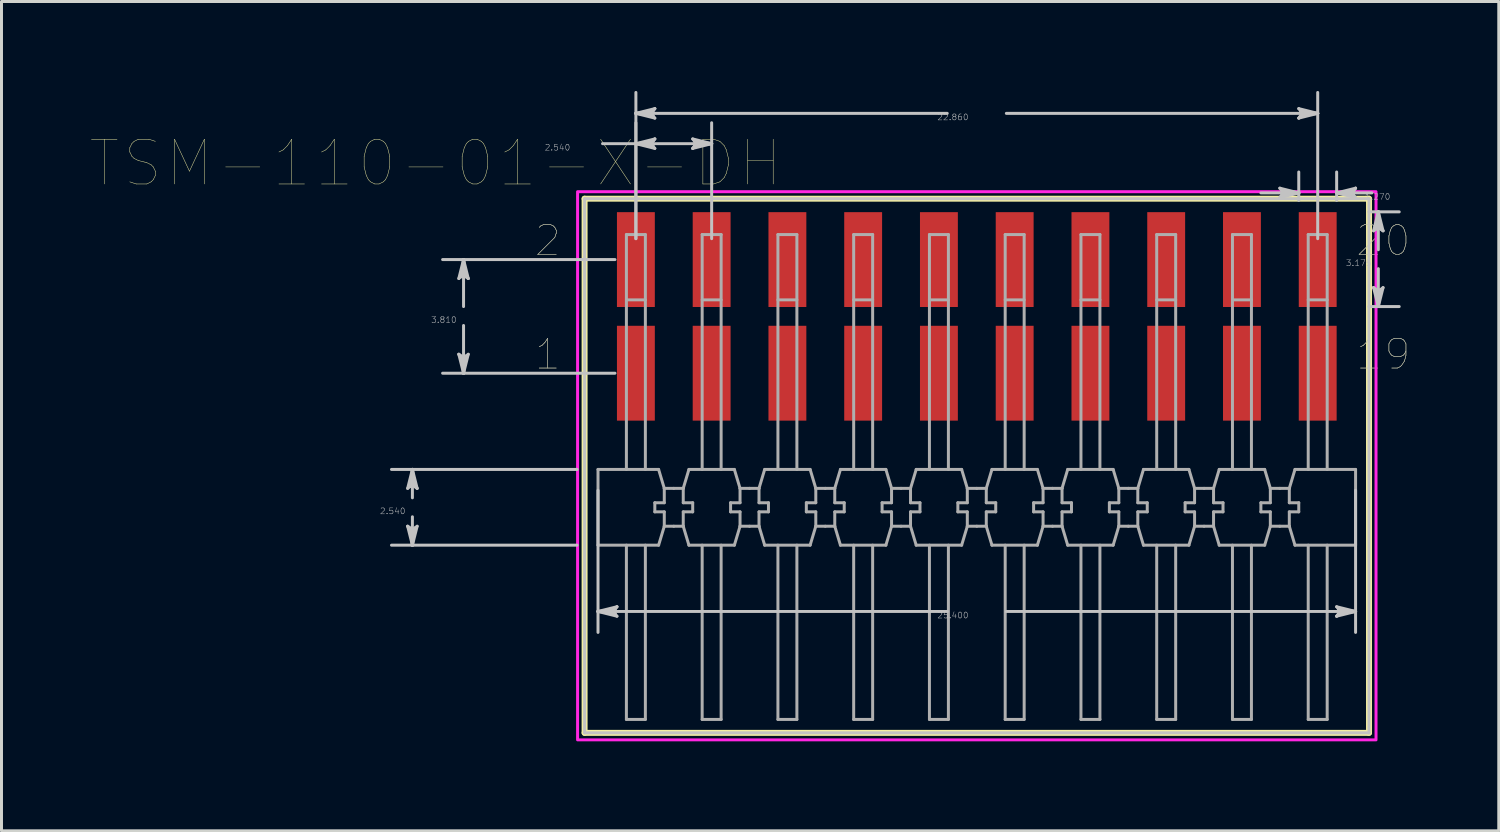
<source format=kicad_pcb>
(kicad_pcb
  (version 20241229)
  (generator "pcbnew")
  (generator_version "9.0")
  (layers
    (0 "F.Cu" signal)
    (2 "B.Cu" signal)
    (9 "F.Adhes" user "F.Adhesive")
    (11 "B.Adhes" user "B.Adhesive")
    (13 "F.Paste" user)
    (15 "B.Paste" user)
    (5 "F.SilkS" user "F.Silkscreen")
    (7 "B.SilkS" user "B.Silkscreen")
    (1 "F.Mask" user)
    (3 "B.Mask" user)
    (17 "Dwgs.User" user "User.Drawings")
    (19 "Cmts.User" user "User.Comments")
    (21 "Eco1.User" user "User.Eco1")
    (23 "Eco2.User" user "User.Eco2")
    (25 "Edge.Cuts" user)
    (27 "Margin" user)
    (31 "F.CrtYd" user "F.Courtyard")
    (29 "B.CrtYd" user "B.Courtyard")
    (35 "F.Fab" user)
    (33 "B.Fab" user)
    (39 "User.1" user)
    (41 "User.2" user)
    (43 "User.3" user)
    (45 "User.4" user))
  (footprint "TSM-110-01-X-DH"
    (layer "F.Cu")
    (at 29.7 13.959)
    (property "Reference" "TSM-110-01-X-DH" (at -18.148 -11.534 0) (layer "F.SilkS") (effects (font (size 1.5 1.5) (thickness 0.015))))
    (attr through_hole)
    (fp_poly (pts (xy -12.116 -9.947) (xy -10.744 -9.947) (xy -10.744 -6.665) (xy -12.116 -6.665)) (stroke (width 0.01) (type solid)) (fill yes) (layer "F.Mask"))
    (fp_poly (pts (xy -12.116 -6.137) (xy -10.744 -6.137) (xy -10.744 -2.855) (xy -12.116 -2.855)) (stroke (width 0.01) (type solid)) (fill yes) (layer "F.Mask"))
    (fp_poly (pts (xy -9.576 -9.947) (xy -8.204 -9.947) (xy -8.204 -6.665) (xy -9.576 -6.665)) (stroke (width 0.01) (type solid)) (fill yes) (layer "F.Mask"))
    (fp_poly (pts (xy -9.576 -6.137) (xy -8.204 -6.137) (xy -8.204 -2.855) (xy -9.576 -2.855)) (stroke (width 0.01) (type solid)) (fill yes) (layer "F.Mask"))
    (fp_poly (pts (xy -7.036 -9.947) (xy -5.664 -9.947) (xy -5.664 -6.665) (xy -7.036 -6.665)) (stroke (width 0.01) (type solid)) (fill yes) (layer "F.Mask"))
    (fp_poly (pts (xy -7.036 -6.137) (xy -5.664 -6.137) (xy -5.664 -2.855) (xy -7.036 -2.855)) (stroke (width 0.01) (type solid)) (fill yes) (layer "F.Mask"))
    (fp_poly (pts (xy -4.496 -9.947) (xy -3.124 -9.947) (xy -3.124 -6.665) (xy -4.496 -6.665)) (stroke (width 0.01) (type solid)) (fill yes) (layer "F.Mask"))
    (fp_poly (pts (xy -4.496 -6.137) (xy -3.124 -6.137) (xy -3.124 -2.855) (xy -4.496 -2.855)) (stroke (width 0.01) (type solid)) (fill yes) (layer "F.Mask"))
    (fp_poly (pts (xy -1.956 -9.947) (xy -0.584 -9.947) (xy -0.584 -6.665) (xy -1.956 -6.665)) (stroke (width 0.01) (type solid)) (fill yes) (layer "F.Mask"))
    (fp_poly (pts (xy -1.956 -6.137) (xy -0.584 -6.137) (xy -0.584 -2.855) (xy -1.956 -2.855)) (stroke (width 0.01) (type solid)) (fill yes) (layer "F.Mask"))
    (fp_poly (pts (xy 0.584 -9.947) (xy 1.956 -9.947) (xy 1.956 -6.665) (xy 0.584 -6.665)) (stroke (width 0.01) (type solid)) (fill yes) (layer "F.Mask"))
    (fp_poly (pts (xy 0.584 -6.137) (xy 1.956 -6.137) (xy 1.956 -2.855) (xy 0.584 -2.855)) (stroke (width 0.01) (type solid)) (fill yes) (layer "F.Mask"))
    (fp_poly (pts (xy 3.124 -9.947) (xy 4.496 -9.947) (xy 4.496 -6.665) (xy 3.124 -6.665)) (stroke (width 0.01) (type solid)) (fill yes) (layer "F.Mask"))
    (fp_poly (pts (xy 3.124 -6.137) (xy 4.496 -6.137) (xy 4.496 -2.855) (xy 3.124 -2.855)) (stroke (width 0.01) (type solid)) (fill yes) (layer "F.Mask"))
    (fp_poly (pts (xy 5.664 -9.947) (xy 7.036 -9.947) (xy 7.036 -6.665) (xy 5.664 -6.665)) (stroke (width 0.01) (type solid)) (fill yes) (layer "F.Mask"))
    (fp_poly (pts (xy 5.664 -6.137) (xy 7.036 -6.137) (xy 7.036 -2.855) (xy 5.664 -2.855)) (stroke (width 0.01) (type solid)) (fill yes) (layer "F.Mask"))
    (fp_poly (pts (xy 8.204 -9.947) (xy 9.576 -9.947) (xy 9.576 -6.665) (xy 8.204 -6.665)) (stroke (width 0.01) (type solid)) (fill yes) (layer "F.Mask"))
    (fp_poly (pts (xy 8.204 -6.137) (xy 9.576 -6.137) (xy 9.576 -2.855) (xy 8.204 -2.855)) (stroke (width 0.01) (type solid)) (fill yes) (layer "F.Mask"))
    (fp_poly (pts (xy 10.744 -9.947) (xy 12.116 -9.947) (xy 12.116 -6.665) (xy 10.744 -6.665)) (stroke (width 0.01) (type solid)) (fill yes) (layer "F.Mask"))
    (fp_poly (pts (xy 10.744 -6.137) (xy 12.116 -6.137) (xy 12.116 -2.855) (xy 10.744 -2.855)) (stroke (width 0.01) (type solid)) (fill yes) (layer "F.Mask"))
    (fp_line (start -13.15 -10.347) (end -13.15 7.562) (stroke (width 0.2) (type solid)) (layer "F.SilkS"))
    (fp_line (start -13.15 7.562) (end 13.15 7.562) (stroke (width 0.2) (type solid)) (layer "F.SilkS"))
    (fp_line (start 13.15 -10.347) (end -13.15 -10.347) (stroke (width 0.2) (type solid)) (layer "F.SilkS"))
    (fp_line (start 13.15 7.562) (end 13.15 -10.347) (stroke (width 0.2) (type solid)) (layer "F.SilkS"))
    (fp_poly (pts (xy -12.065 -9.896) (xy -10.795 -9.896) (xy -10.795 -6.716) (xy -12.065 -6.716)) (stroke (width 0.01) (type solid)) (fill yes) (layer "F.Paste"))
    (fp_poly (pts (xy -12.065 -6.086) (xy -10.795 -6.086) (xy -10.795 -2.906) (xy -12.065 -2.906)) (stroke (width 0.01) (type solid)) (fill yes) (layer "F.Paste"))
    (fp_poly (pts (xy -9.525 -9.896) (xy -8.255 -9.896) (xy -8.255 -6.716) (xy -9.525 -6.716)) (stroke (width 0.01) (type solid)) (fill yes) (layer "F.Paste"))
    (fp_poly (pts (xy -9.525 -6.086) (xy -8.255 -6.086) (xy -8.255 -2.906) (xy -9.525 -2.906)) (stroke (width 0.01) (type solid)) (fill yes) (layer "F.Paste"))
    (fp_poly (pts (xy -6.985 -9.896) (xy -5.715 -9.896) (xy -5.715 -6.716) (xy -6.985 -6.716)) (stroke (width 0.01) (type solid)) (fill yes) (layer "F.Paste"))
    (fp_poly (pts (xy -6.985 -6.086) (xy -5.715 -6.086) (xy -5.715 -2.906) (xy -6.985 -2.906)) (stroke (width 0.01) (type solid)) (fill yes) (layer "F.Paste"))
    (fp_poly (pts (xy -4.445 -9.896) (xy -3.175 -9.896) (xy -3.175 -6.716) (xy -4.445 -6.716)) (stroke (width 0.01) (type solid)) (fill yes) (layer "F.Paste"))
    (fp_poly (pts (xy -4.445 -6.086) (xy -3.175 -6.086) (xy -3.175 -2.906) (xy -4.445 -2.906)) (stroke (width 0.01) (type solid)) (fill yes) (layer "F.Paste"))
    (fp_poly (pts (xy -1.905 -9.896) (xy -0.635 -9.896) (xy -0.635 -6.716) (xy -1.905 -6.716)) (stroke (width 0.01) (type solid)) (fill yes) (layer "F.Paste"))
    (fp_poly (pts (xy -1.905 -6.086) (xy -0.635 -6.086) (xy -0.635 -2.906) (xy -1.905 -2.906)) (stroke (width 0.01) (type solid)) (fill yes) (layer "F.Paste"))
    (fp_poly (pts (xy 0.635 -9.896) (xy 1.905 -9.896) (xy 1.905 -6.716) (xy 0.635 -6.716)) (stroke (width 0.01) (type solid)) (fill yes) (layer "F.Paste"))
    (fp_poly (pts (xy 0.635 -6.086) (xy 1.905 -6.086) (xy 1.905 -2.906) (xy 0.635 -2.906)) (stroke (width 0.01) (type solid)) (fill yes) (layer "F.Paste"))
    (fp_poly (pts (xy 3.175 -9.896) (xy 4.445 -9.896) (xy 4.445 -6.716) (xy 3.175 -6.716)) (stroke (width 0.01) (type solid)) (fill yes) (layer "F.Paste"))
    (fp_poly (pts (xy 3.175 -6.086) (xy 4.445 -6.086) (xy 4.445 -2.906) (xy 3.175 -2.906)) (stroke (width 0.01) (type solid)) (fill yes) (layer "F.Paste"))
    (fp_poly (pts (xy 5.715 -9.896) (xy 6.985 -9.896) (xy 6.985 -6.716) (xy 5.715 -6.716)) (stroke (width 0.01) (type solid)) (fill yes) (layer "F.Paste"))
    (fp_poly (pts (xy 5.715 -6.086) (xy 6.985 -6.086) (xy 6.985 -2.906) (xy 5.715 -2.906)) (stroke (width 0.01) (type solid)) (fill yes) (layer "F.Paste"))
    (fp_poly (pts (xy 8.255 -9.896) (xy 9.525 -9.896) (xy 9.525 -6.716) (xy 8.255 -6.716)) (stroke (width 0.01) (type solid)) (fill yes) (layer "F.Paste"))
    (fp_poly (pts (xy 8.255 -6.086) (xy 9.525 -6.086) (xy 9.525 -2.906) (xy 8.255 -2.906)) (stroke (width 0.01) (type solid)) (fill yes) (layer "F.Paste"))
    (fp_poly (pts (xy 10.795 -9.896) (xy 12.065 -9.896) (xy 12.065 -6.716) (xy 10.795 -6.716)) (stroke (width 0.01) (type solid)) (fill yes) (layer "F.Paste"))
    (fp_poly (pts (xy 10.795 -6.086) (xy 12.065 -6.086) (xy 12.065 -2.906) (xy 10.795 -2.906)) (stroke (width 0.01) (type solid)) (fill yes) (layer "F.Paste"))
    (fp_line (start -19.082 -0.635) (end -18.923 -0.762) (stroke (width 0.1) (type solid)) (layer "Dwgs.User"))
    (fp_line (start -19.082 0.635) (end -18.923 1.27) (stroke (width 0.1) (type solid)) (layer "Dwgs.User"))
    (fp_line (start -19.002 -0.698) (end -18.923 -0.762) (stroke (width 0.1) (type solid)) (layer "Dwgs.User"))
    (fp_line (start -19.002 0.698) (end -19.082 0.635) (stroke (width 0.1) (type solid)) (layer "Dwgs.User"))
    (fp_line (start -18.923 -1.27) (end -19.082 -0.635) (stroke (width 0.1) (type solid)) (layer "Dwgs.User"))
    (fp_line (start -18.923 -1.27) (end -19.002 -0.698) (stroke (width 0.1) (type solid)) (layer "Dwgs.User"))
    (fp_line (start -18.923 -1.27) (end -18.844 -0.698) (stroke (width 0.1) (type solid)) (layer "Dwgs.User"))
    (fp_line (start -18.923 -0.762) (end -18.923 -1.27) (stroke (width 0.1) (type solid)) (layer "Dwgs.User"))
    (fp_line (start -18.923 -0.762) (end -18.764 -0.635) (stroke (width 0.1) (type solid)) (layer "Dwgs.User"))
    (fp_line (start -18.923 -0.318) (end -18.923 -1.27) (stroke (width 0.1) (type solid)) (layer "Dwgs.User"))
    (fp_line (start -18.923 0.318) (end -18.923 1.27) (stroke (width 0.1) (type solid)) (layer "Dwgs.User"))
    (fp_line (start -18.923 0.762) (end -19.082 0.635) (stroke (width 0.1) (type solid)) (layer "Dwgs.User"))
    (fp_line (start -18.923 0.762) (end -18.923 1.27) (stroke (width 0.1) (type solid)) (layer "Dwgs.User"))
    (fp_line (start -18.923 1.27) (end -19.002 0.698) (stroke (width 0.1) (type solid)) (layer "Dwgs.User"))
    (fp_line (start -18.923 1.27) (end -18.844 0.698) (stroke (width 0.1) (type solid)) (layer "Dwgs.User"))
    (fp_line (start -18.923 1.27) (end -18.764 0.635) (stroke (width 0.1) (type solid)) (layer "Dwgs.User"))
    (fp_line (start -18.844 -0.698) (end -18.764 -0.635) (stroke (width 0.1) (type solid)) (layer "Dwgs.User"))
    (fp_line (start -18.844 0.698) (end -18.923 0.762) (stroke (width 0.1) (type solid)) (layer "Dwgs.User"))
    (fp_line (start -18.764 -0.635) (end -18.923 -1.27) (stroke (width 0.1) (type solid)) (layer "Dwgs.User"))
    (fp_line (start -18.764 0.635) (end -18.923 0.762) (stroke (width 0.1) (type solid)) (layer "Dwgs.User"))
    (fp_line (start -17.367 -7.671) (end -17.208 -7.798) (stroke (width 0.1) (type solid)) (layer "Dwgs.User"))
    (fp_line (start -17.367 -5.131) (end -17.208 -4.496) (stroke (width 0.1) (type solid)) (layer "Dwgs.User"))
    (fp_line (start -17.288 -7.734) (end -17.208 -7.798) (stroke (width 0.1) (type solid)) (layer "Dwgs.User"))
    (fp_line (start -17.288 -5.067) (end -17.367 -5.131) (stroke (width 0.1) (type solid)) (layer "Dwgs.User"))
    (fp_line (start -17.208 -8.306) (end -17.367 -7.671) (stroke (width 0.1) (type solid)) (layer "Dwgs.User"))
    (fp_line (start -17.208 -8.306) (end -17.288 -7.734) (stroke (width 0.1) (type solid)) (layer "Dwgs.User"))
    (fp_line (start -17.208 -8.306) (end -17.129 -7.734) (stroke (width 0.1) (type solid)) (layer "Dwgs.User"))
    (fp_line (start -17.208 -7.798) (end -17.208 -8.306) (stroke (width 0.1) (type solid)) (layer "Dwgs.User"))
    (fp_line (start -17.208 -7.798) (end -17.05 -7.671) (stroke (width 0.1) (type solid)) (layer "Dwgs.User"))
    (fp_line (start -17.208 -6.731) (end -17.208 -8.306) (stroke (width 0.1) (type solid)) (layer "Dwgs.User"))
    (fp_line (start -17.208 -6.096) (end -17.208 -4.496) (stroke (width 0.1) (type solid)) (layer "Dwgs.User"))
    (fp_line (start -17.208 -5.004) (end -17.367 -5.131) (stroke (width 0.1) (type solid)) (layer "Dwgs.User"))
    (fp_line (start -17.208 -5.004) (end -17.208 -4.496) (stroke (width 0.1) (type solid)) (layer "Dwgs.User"))
    (fp_line (start -17.208 -4.496) (end -17.288 -5.067) (stroke (width 0.1) (type solid)) (layer "Dwgs.User"))
    (fp_line (start -17.208 -4.496) (end -17.129 -5.067) (stroke (width 0.1) (type solid)) (layer "Dwgs.User"))
    (fp_line (start -17.208 -4.496) (end -17.05 -5.131) (stroke (width 0.1) (type solid)) (layer "Dwgs.User"))
    (fp_line (start -17.129 -7.734) (end -17.05 -7.671) (stroke (width 0.1) (type solid)) (layer "Dwgs.User"))
    (fp_line (start -17.129 -5.067) (end -17.208 -5.004) (stroke (width 0.1) (type solid)) (layer "Dwgs.User"))
    (fp_line (start -17.05 -7.671) (end -17.208 -8.306) (stroke (width 0.1) (type solid)) (layer "Dwgs.User"))
    (fp_line (start -17.05 -5.131) (end -17.208 -5.004) (stroke (width 0.1) (type solid)) (layer "Dwgs.User"))
    (fp_line (start -13.401 -1.27) (end -19.624 -1.27) (stroke (width 0.1) (type solid)) (layer "Dwgs.User"))
    (fp_line (start -13.401 1.27) (end -19.624 1.27) (stroke (width 0.1) (type solid)) (layer "Dwgs.User"))
    (fp_line (start -13.15 -10.347) (end -13.15 7.562) (stroke (width 0.1) (type solid)) (layer "Dwgs.User"))
    (fp_line (start -13.15 7.562) (end 13.15 7.562) (stroke (width 0.1) (type solid)) (layer "Dwgs.User"))
    (fp_line (start -12.7 -0.569) (end -12.7 4.194) (stroke (width 0.1) (type solid)) (layer "Dwgs.User"))
    (fp_line (start -12.7 3.492) (end -12.128 3.413) (stroke (width 0.1) (type solid)) (layer "Dwgs.User"))
    (fp_line (start -12.7 3.492) (end -12.128 3.572) (stroke (width 0.1) (type solid)) (layer "Dwgs.User"))
    (fp_line (start -12.7 3.492) (end -12.065 3.651) (stroke (width 0.1) (type solid)) (layer "Dwgs.User"))
    (fp_line (start -12.548 -12.192) (end -11.43 -12.192) (stroke (width 0.1) (type solid)) (layer "Dwgs.User"))
    (fp_line (start -12.192 3.492) (end -12.7 3.492) (stroke (width 0.1) (type solid)) (layer "Dwgs.User"))
    (fp_line (start -12.192 3.492) (end -12.065 3.334) (stroke (width 0.1) (type solid)) (layer "Dwgs.User"))
    (fp_line (start -12.131 -8.306) (end -17.91 -8.306) (stroke (width 0.1) (type solid)) (layer "Dwgs.User"))
    (fp_line (start -12.131 -4.496) (end -17.91 -4.496) (stroke (width 0.1) (type solid)) (layer "Dwgs.User"))
    (fp_line (start -12.128 3.413) (end -12.065 3.334) (stroke (width 0.1) (type solid)) (layer "Dwgs.User"))
    (fp_line (start -12.128 3.572) (end -12.192 3.492) (stroke (width 0.1) (type solid)) (layer "Dwgs.User"))
    (fp_line (start -12.065 3.334) (end -12.7 3.492) (stroke (width 0.1) (type solid)) (layer "Dwgs.User"))
    (fp_line (start -12.065 3.651) (end -12.192 3.492) (stroke (width 0.1) (type solid)) (layer "Dwgs.User"))
    (fp_line (start -11.43 -13.208) (end -10.858 -13.287) (stroke (width 0.1) (type solid)) (layer "Dwgs.User"))
    (fp_line (start -11.43 -13.208) (end -10.858 -13.129) (stroke (width 0.1) (type solid)) (layer "Dwgs.User"))
    (fp_line (start -11.43 -13.208) (end -10.795 -13.049) (stroke (width 0.1) (type solid)) (layer "Dwgs.User"))
    (fp_line (start -11.43 -12.192) (end -10.858 -12.271) (stroke (width 0.1) (type solid)) (layer "Dwgs.User"))
    (fp_line (start -11.43 -12.192) (end -10.858 -12.113) (stroke (width 0.1) (type solid)) (layer "Dwgs.User"))
    (fp_line (start -11.43 -12.192) (end -10.795 -12.033) (stroke (width 0.1) (type solid)) (layer "Dwgs.User"))
    (fp_line (start -11.43 -12.192) (end -8.89 -12.192) (stroke (width 0.1) (type solid)) (layer "Dwgs.User"))
    (fp_line (start -11.43 -9.007) (end -11.43 -13.909) (stroke (width 0.1) (type solid)) (layer "Dwgs.User"))
    (fp_line (start -11.43 -9.007) (end -11.43 -12.893) (stroke (width 0.1) (type solid)) (layer "Dwgs.User"))
    (fp_line (start -10.922 -13.208) (end -11.43 -13.208) (stroke (width 0.1) (type solid)) (layer "Dwgs.User"))
    (fp_line (start -10.922 -13.208) (end -10.795 -13.367) (stroke (width 0.1) (type solid)) (layer "Dwgs.User"))
    (fp_line (start -10.922 -12.192) (end -11.43 -12.192) (stroke (width 0.1) (type solid)) (layer "Dwgs.User"))
    (fp_line (start -10.922 -12.192) (end -10.795 -12.351) (stroke (width 0.1) (type solid)) (layer "Dwgs.User"))
    (fp_line (start -10.858 -13.287) (end -10.795 -13.367) (stroke (width 0.1) (type solid)) (layer "Dwgs.User"))
    (fp_line (start -10.858 -13.129) (end -10.922 -13.208) (stroke (width 0.1) (type solid)) (layer "Dwgs.User"))
    (fp_line (start -10.858 -12.271) (end -10.795 -12.351) (stroke (width 0.1) (type solid)) (layer "Dwgs.User"))
    (fp_line (start -10.858 -12.113) (end -10.922 -12.192) (stroke (width 0.1) (type solid)) (layer "Dwgs.User"))
    (fp_line (start -10.795 -13.367) (end -11.43 -13.208) (stroke (width 0.1) (type solid)) (layer "Dwgs.User"))
    (fp_line (start -10.795 -13.049) (end -10.922 -13.208) (stroke (width 0.1) (type solid)) (layer "Dwgs.User"))
    (fp_line (start -10.795 -12.351) (end -11.43 -12.192) (stroke (width 0.1) (type solid)) (layer "Dwgs.User"))
    (fp_line (start -10.795 -12.033) (end -10.922 -12.192) (stroke (width 0.1) (type solid)) (layer "Dwgs.User"))
    (fp_line (start -9.525 -12.351) (end -9.398 -12.192) (stroke (width 0.1) (type solid)) (layer "Dwgs.User"))
    (fp_line (start -9.525 -12.033) (end -8.89 -12.192) (stroke (width 0.1) (type solid)) (layer "Dwgs.User"))
    (fp_line (start -9.462 -12.271) (end -9.398 -12.192) (stroke (width 0.1) (type solid)) (layer "Dwgs.User"))
    (fp_line (start -9.462 -12.113) (end -9.525 -12.033) (stroke (width 0.1) (type solid)) (layer "Dwgs.User"))
    (fp_line (start -9.398 -12.192) (end -9.525 -12.033) (stroke (width 0.1) (type solid)) (layer "Dwgs.User"))
    (fp_line (start -9.398 -12.192) (end -8.89 -12.192) (stroke (width 0.1) (type solid)) (layer "Dwgs.User"))
    (fp_line (start -8.89 -12.192) (end -9.525 -12.351) (stroke (width 0.1) (type solid)) (layer "Dwgs.User"))
    (fp_line (start -8.89 -12.192) (end -9.462 -12.271) (stroke (width 0.1) (type solid)) (layer "Dwgs.User"))
    (fp_line (start -8.89 -12.192) (end -9.462 -12.113) (stroke (width 0.1) (type solid)) (layer "Dwgs.User"))
    (fp_line (start -8.89 -9.007) (end -8.89 -12.893) (stroke (width 0.1) (type solid)) (layer "Dwgs.User"))
    (fp_line (start -0.991 -13.208) (end -11.43 -13.208) (stroke (width 0.1) (type solid)) (layer "Dwgs.User"))
    (fp_line (start -0.991 3.492) (end -12.7 3.492) (stroke (width 0.1) (type solid)) (layer "Dwgs.User"))
    (fp_line (start 0.991 -13.208) (end 11.43 -13.208) (stroke (width 0.1) (type solid)) (layer "Dwgs.User"))
    (fp_line (start 0.991 3.492) (end 12.7 3.492) (stroke (width 0.1) (type solid)) (layer "Dwgs.User"))
    (fp_line (start 9.525 -10.541) (end 10.795 -10.541) (stroke (width 0.1) (type solid)) (layer "Dwgs.User"))
    (fp_line (start 10.16 -10.7) (end 10.287 -10.541) (stroke (width 0.1) (type solid)) (layer "Dwgs.User"))
    (fp_line (start 10.16 -10.382) (end 10.795 -10.541) (stroke (width 0.1) (type solid)) (layer "Dwgs.User"))
    (fp_line (start 10.224 -10.62) (end 10.287 -10.541) (stroke (width 0.1) (type solid)) (layer "Dwgs.User"))
    (fp_line (start 10.224 -10.462) (end 10.16 -10.382) (stroke (width 0.1) (type solid)) (layer "Dwgs.User"))
    (fp_line (start 10.287 -10.541) (end 10.16 -10.382) (stroke (width 0.1) (type solid)) (layer "Dwgs.User"))
    (fp_line (start 10.287 -10.541) (end 10.795 -10.541) (stroke (width 0.1) (type solid)) (layer "Dwgs.User"))
    (fp_line (start 10.795 -13.367) (end 10.922 -13.208) (stroke (width 0.1) (type solid)) (layer "Dwgs.User"))
    (fp_line (start 10.795 -13.049) (end 11.43 -13.208) (stroke (width 0.1) (type solid)) (layer "Dwgs.User"))
    (fp_line (start 10.795 -10.541) (end 10.16 -10.7) (stroke (width 0.1) (type solid)) (layer "Dwgs.User"))
    (fp_line (start 10.795 -10.541) (end 10.224 -10.62) (stroke (width 0.1) (type solid)) (layer "Dwgs.User"))
    (fp_line (start 10.795 -10.541) (end 10.224 -10.462) (stroke (width 0.1) (type solid)) (layer "Dwgs.User"))
    (fp_line (start 10.795 -10.29) (end 10.795 -11.242) (stroke (width 0.1) (type solid)) (layer "Dwgs.User"))
    (fp_line (start 10.858 -13.287) (end 10.922 -13.208) (stroke (width 0.1) (type solid)) (layer "Dwgs.User"))
    (fp_line (start 10.858 -13.129) (end 10.795 -13.049) (stroke (width 0.1) (type solid)) (layer "Dwgs.User"))
    (fp_line (start 10.922 -13.208) (end 10.795 -13.049) (stroke (width 0.1) (type solid)) (layer "Dwgs.User"))
    (fp_line (start 10.922 -13.208) (end 11.43 -13.208) (stroke (width 0.1) (type solid)) (layer "Dwgs.User"))
    (fp_line (start 11.43 -13.208) (end 10.795 -13.367) (stroke (width 0.1) (type solid)) (layer "Dwgs.User"))
    (fp_line (start 11.43 -13.208) (end 10.858 -13.287) (stroke (width 0.1) (type solid)) (layer "Dwgs.User"))
    (fp_line (start 11.43 -13.208) (end 10.858 -13.129) (stroke (width 0.1) (type solid)) (layer "Dwgs.User"))
    (fp_line (start 11.43 -9.007) (end 11.43 -13.909) (stroke (width 0.1) (type solid)) (layer "Dwgs.User"))
    (fp_line (start 12.065 -10.541) (end 12.636 -10.62) (stroke (width 0.1) (type solid)) (layer "Dwgs.User"))
    (fp_line (start 12.065 -10.541) (end 12.636 -10.462) (stroke (width 0.1) (type solid)) (layer "Dwgs.User"))
    (fp_line (start 12.065 -10.541) (end 12.7 -10.382) (stroke (width 0.1) (type solid)) (layer "Dwgs.User"))
    (fp_line (start 12.065 -10.29) (end 12.065 -11.242) (stroke (width 0.1) (type solid)) (layer "Dwgs.User"))
    (fp_line (start 12.065 3.334) (end 12.192 3.492) (stroke (width 0.1) (type solid)) (layer "Dwgs.User"))
    (fp_line (start 12.065 3.651) (end 12.7 3.492) (stroke (width 0.1) (type solid)) (layer "Dwgs.User"))
    (fp_line (start 12.128 3.413) (end 12.192 3.492) (stroke (width 0.1) (type solid)) (layer "Dwgs.User"))
    (fp_line (start 12.128 3.572) (end 12.065 3.651) (stroke (width 0.1) (type solid)) (layer "Dwgs.User"))
    (fp_line (start 12.192 3.492) (end 12.065 3.651) (stroke (width 0.1) (type solid)) (layer "Dwgs.User"))
    (fp_line (start 12.192 3.492) (end 12.7 3.492) (stroke (width 0.1) (type solid)) (layer "Dwgs.User"))
    (fp_line (start 12.573 -10.541) (end 12.065 -10.541) (stroke (width 0.1) (type solid)) (layer "Dwgs.User"))
    (fp_line (start 12.573 -10.541) (end 12.7 -10.7) (stroke (width 0.1) (type solid)) (layer "Dwgs.User"))
    (fp_line (start 12.636 -10.62) (end 12.7 -10.7) (stroke (width 0.1) (type solid)) (layer "Dwgs.User"))
    (fp_line (start 12.636 -10.462) (end 12.573 -10.541) (stroke (width 0.1) (type solid)) (layer "Dwgs.User"))
    (fp_line (start 12.7 -10.7) (end 12.065 -10.541) (stroke (width 0.1) (type solid)) (layer "Dwgs.User"))
    (fp_line (start 12.7 -10.382) (end 12.573 -10.541) (stroke (width 0.1) (type solid)) (layer "Dwgs.User"))
    (fp_line (start 12.7 -0.569) (end 12.7 4.194) (stroke (width 0.1) (type solid)) (layer "Dwgs.User"))
    (fp_line (start 12.7 3.492) (end 12.065 3.334) (stroke (width 0.1) (type solid)) (layer "Dwgs.User"))
    (fp_line (start 12.7 3.492) (end 12.128 3.413) (stroke (width 0.1) (type solid)) (layer "Dwgs.User"))
    (fp_line (start 12.7 3.492) (end 12.128 3.572) (stroke (width 0.1) (type solid)) (layer "Dwgs.User"))
    (fp_line (start 13.147 -9.906) (end 14.163 -9.906) (stroke (width 0.1) (type solid)) (layer "Dwgs.User"))
    (fp_line (start 13.147 -6.731) (end 14.163 -6.731) (stroke (width 0.1) (type solid)) (layer "Dwgs.User"))
    (fp_line (start 13.15 -10.347) (end -13.15 -10.347) (stroke (width 0.1) (type solid)) (layer "Dwgs.User"))
    (fp_line (start 13.15 7.562) (end 13.15 -10.347) (stroke (width 0.1) (type solid)) (layer "Dwgs.User"))
    (fp_line (start 13.246 -10.541) (end 12.065 -10.541) (stroke (width 0.1) (type solid)) (layer "Dwgs.User"))
    (fp_line (start 13.303 -9.271) (end 13.462 -9.398) (stroke (width 0.1) (type solid)) (layer "Dwgs.User"))
    (fp_line (start 13.303 -7.366) (end 13.462 -6.731) (stroke (width 0.1) (type solid)) (layer "Dwgs.User"))
    (fp_line (start 13.383 -9.334) (end 13.462 -9.398) (stroke (width 0.1) (type solid)) (layer "Dwgs.User"))
    (fp_line (start 13.383 -7.302) (end 13.303 -7.366) (stroke (width 0.1) (type solid)) (layer "Dwgs.User"))
    (fp_line (start 13.462 -9.906) (end 13.303 -9.271) (stroke (width 0.1) (type solid)) (layer "Dwgs.User"))
    (fp_line (start 13.462 -9.906) (end 13.383 -9.334) (stroke (width 0.1) (type solid)) (layer "Dwgs.User"))
    (fp_line (start 13.462 -9.906) (end 13.541 -9.334) (stroke (width 0.1) (type solid)) (layer "Dwgs.User"))
    (fp_line (start 13.462 -9.398) (end 13.462 -9.906) (stroke (width 0.1) (type solid)) (layer "Dwgs.User"))
    (fp_line (start 13.462 -9.398) (end 13.621 -9.271) (stroke (width 0.1) (type solid)) (layer "Dwgs.User"))
    (fp_line (start 13.462 -8.636) (end 13.462 -9.906) (stroke (width 0.1) (type solid)) (layer "Dwgs.User"))
    (fp_line (start 13.462 -8.001) (end 13.462 -6.731) (stroke (width 0.1) (type solid)) (layer "Dwgs.User"))
    (fp_line (start 13.462 -7.239) (end 13.303 -7.366) (stroke (width 0.1) (type solid)) (layer "Dwgs.User"))
    (fp_line (start 13.462 -7.239) (end 13.462 -6.731) (stroke (width 0.1) (type solid)) (layer "Dwgs.User"))
    (fp_line (start 13.462 -6.731) (end 13.383 -7.302) (stroke (width 0.1) (type solid)) (layer "Dwgs.User"))
    (fp_line (start 13.462 -6.731) (end 13.541 -7.302) (stroke (width 0.1) (type solid)) (layer "Dwgs.User"))
    (fp_line (start 13.462 -6.731) (end 13.621 -7.366) (stroke (width 0.1) (type solid)) (layer "Dwgs.User"))
    (fp_line (start 13.541 -9.334) (end 13.621 -9.271) (stroke (width 0.1) (type solid)) (layer "Dwgs.User"))
    (fp_line (start 13.541 -7.302) (end 13.462 -7.239) (stroke (width 0.1) (type solid)) (layer "Dwgs.User"))
    (fp_line (start 13.621 -9.271) (end 13.462 -9.906) (stroke (width 0.1) (type solid)) (layer "Dwgs.User"))
    (fp_line (start 13.621 -7.366) (end 13.462 -7.239) (stroke (width 0.1) (type solid)) (layer "Dwgs.User"))
    (fp_poly (pts (xy -13.385 7.797) (xy -13.385 -10.582) (xy 13.385 -10.582) (xy 13.385 7.797) (xy -13.385 7.797)) (stroke (width 0.1) (type solid)) (fill no) (layer "F.CrtYd"))
    (fp_line (start -12.7 1.27) (end -12.7 -1.27) (stroke (width 0.1) (type solid)) (layer "F.Fab"))
    (fp_line (start -11.748 -9.144) (end -11.748 -1.27) (stroke (width 0.1) (type solid)) (layer "F.Fab"))
    (fp_line (start -11.748 1.27) (end -11.748 7.112) (stroke (width 0.1) (type solid)) (layer "F.Fab"))
    (fp_line (start -11.112 -9.144) (end -11.748 -9.144) (stroke (width 0.1) (type solid)) (layer "F.Fab"))
    (fp_line (start -11.112 -9.144) (end -11.112 -1.27) (stroke (width 0.1) (type solid)) (layer "F.Fab"))
    (fp_line (start -11.112 -6.955) (end -11.748 -6.955) (stroke (width 0.1) (type solid)) (layer "F.Fab"))
    (fp_line (start -11.112 1.27) (end -11.112 7.112) (stroke (width 0.1) (type solid)) (layer "F.Fab"))
    (fp_line (start -11.112 7.112) (end -11.748 7.112) (stroke (width 0.1) (type solid)) (layer "F.Fab"))
    (fp_line (start -10.795 -0.153) (end -10.795 0.152) (stroke (width 0.1) (type solid)) (layer "F.Fab"))
    (fp_line (start -10.795 -0.153) (end -10.478 -0.153) (stroke (width 0.1) (type solid)) (layer "F.Fab"))
    (fp_line (start -10.668 -1.27) (end -12.7 -1.27) (stroke (width 0.1) (type solid)) (layer "F.Fab"))
    (fp_line (start -10.668 -1.27) (end -10.478 -0.635) (stroke (width 0.1) (type solid)) (layer "F.Fab"))
    (fp_line (start -10.668 1.27) (end -12.7 1.27) (stroke (width 0.1) (type solid)) (layer "F.Fab"))
    (fp_line (start -10.478 -0.635) (end -10.478 -0.153) (stroke (width 0.1) (type solid)) (layer "F.Fab"))
    (fp_line (start -10.478 0.152) (end -10.795 0.152) (stroke (width 0.1) (type solid)) (layer "F.Fab"))
    (fp_line (start -10.478 0.152) (end -10.478 0.635) (stroke (width 0.1) (type solid)) (layer "F.Fab"))
    (fp_line (start -10.478 0.635) (end -10.668 1.27) (stroke (width 0.1) (type solid)) (layer "F.Fab"))
    (fp_line (start -10.16 -0.635) (end -10.478 -0.635) (stroke (width 0.1) (type solid)) (layer "F.Fab"))
    (fp_line (start -10.16 -0.635) (end -9.842 -0.635) (stroke (width 0.1) (type solid)) (layer "F.Fab"))
    (fp_line (start -10.16 0.635) (end -10.478 0.635) (stroke (width 0.1) (type solid)) (layer "F.Fab"))
    (fp_line (start -10.16 0.635) (end -9.842 0.635) (stroke (width 0.1) (type solid)) (layer "F.Fab"))
    (fp_line (start -9.842 -0.635) (end -9.652 -1.27) (stroke (width 0.1) (type solid)) (layer "F.Fab"))
    (fp_line (start -9.842 -0.153) (end -9.842 -0.635) (stroke (width 0.1) (type solid)) (layer "F.Fab"))
    (fp_line (start -9.842 -0.153) (end -9.525 -0.153) (stroke (width 0.1) (type solid)) (layer "F.Fab"))
    (fp_line (start -9.842 0.635) (end -9.842 0.152) (stroke (width 0.1) (type solid)) (layer "F.Fab"))
    (fp_line (start -9.652 1.27) (end -9.842 0.635) (stroke (width 0.1) (type solid)) (layer "F.Fab"))
    (fp_line (start -9.525 0.152) (end -9.842 0.152) (stroke (width 0.1) (type solid)) (layer "F.Fab"))
    (fp_line (start -9.525 0.152) (end -9.525 -0.153) (stroke (width 0.1) (type solid)) (layer "F.Fab"))
    (fp_line (start -9.208 -9.144) (end -9.208 -1.27) (stroke (width 0.1) (type solid)) (layer "F.Fab"))
    (fp_line (start -9.208 1.27) (end -9.208 7.112) (stroke (width 0.1) (type solid)) (layer "F.Fab"))
    (fp_line (start -8.572 -9.144) (end -9.208 -9.144) (stroke (width 0.1) (type solid)) (layer "F.Fab"))
    (fp_line (start -8.572 -9.144) (end -8.572 -1.27) (stroke (width 0.1) (type solid)) (layer "F.Fab"))
    (fp_line (start -8.572 -6.955) (end -9.208 -6.955) (stroke (width 0.1) (type solid)) (layer "F.Fab"))
    (fp_line (start -8.572 1.27) (end -8.572 7.112) (stroke (width 0.1) (type solid)) (layer "F.Fab"))
    (fp_line (start -8.572 7.112) (end -9.208 7.112) (stroke (width 0.1) (type solid)) (layer "F.Fab"))
    (fp_line (start -8.255 -0.153) (end -8.255 0.152) (stroke (width 0.1) (type solid)) (layer "F.Fab"))
    (fp_line (start -8.255 -0.153) (end -7.938 -0.153) (stroke (width 0.1) (type solid)) (layer "F.Fab"))
    (fp_line (start -8.128 -1.27) (end -9.652 -1.27) (stroke (width 0.1) (type solid)) (layer "F.Fab"))
    (fp_line (start -8.128 -1.27) (end -7.938 -0.635) (stroke (width 0.1) (type solid)) (layer "F.Fab"))
    (fp_line (start -8.128 1.27) (end -9.652 1.27) (stroke (width 0.1) (type solid)) (layer "F.Fab"))
    (fp_line (start -8.128 1.27) (end -7.938 0.635) (stroke (width 0.1) (type solid)) (layer "F.Fab"))
    (fp_line (start -7.938 -0.635) (end -7.938 -0.153) (stroke (width 0.1) (type solid)) (layer "F.Fab"))
    (fp_line (start -7.938 0.152) (end -8.255 0.152) (stroke (width 0.1) (type solid)) (layer "F.Fab"))
    (fp_line (start -7.938 0.152) (end -7.938 0.635) (stroke (width 0.1) (type solid)) (layer "F.Fab"))
    (fp_line (start -7.62 -0.635) (end -7.938 -0.635) (stroke (width 0.1) (type solid)) (layer "F.Fab"))
    (fp_line (start -7.62 -0.635) (end -7.302 -0.635) (stroke (width 0.1) (type solid)) (layer "F.Fab"))
    (fp_line (start -7.62 0.635) (end -7.938 0.635) (stroke (width 0.1) (type solid)) (layer "F.Fab"))
    (fp_line (start -7.62 0.635) (end -7.302 0.635) (stroke (width 0.1) (type solid)) (layer "F.Fab"))
    (fp_line (start -7.302 -0.635) (end -7.112 -1.27) (stroke (width 0.1) (type solid)) (layer "F.Fab"))
    (fp_line (start -7.302 -0.153) (end -7.302 -0.635) (stroke (width 0.1) (type solid)) (layer "F.Fab"))
    (fp_line (start -7.302 -0.153) (end -6.985 -0.153) (stroke (width 0.1) (type solid)) (layer "F.Fab"))
    (fp_line (start -7.302 0.635) (end -7.302 0.152) (stroke (width 0.1) (type solid)) (layer "F.Fab"))
    (fp_line (start -7.112 1.27) (end -7.302 0.635) (stroke (width 0.1) (type solid)) (layer "F.Fab"))
    (fp_line (start -6.985 0.152) (end -7.302 0.152) (stroke (width 0.1) (type solid)) (layer "F.Fab"))
    (fp_line (start -6.985 0.152) (end -6.985 -0.153) (stroke (width 0.1) (type solid)) (layer "F.Fab"))
    (fp_line (start -6.668 -9.144) (end -6.668 -1.27) (stroke (width 0.1) (type solid)) (layer "F.Fab"))
    (fp_line (start -6.668 1.27) (end -6.668 7.112) (stroke (width 0.1) (type solid)) (layer "F.Fab"))
    (fp_line (start -6.032 -9.144) (end -6.668 -9.144) (stroke (width 0.1) (type solid)) (layer "F.Fab"))
    (fp_line (start -6.032 -9.144) (end -6.032 -1.27) (stroke (width 0.1) (type solid)) (layer "F.Fab"))
    (fp_line (start -6.032 -6.955) (end -6.668 -6.955) (stroke (width 0.1) (type solid)) (layer "F.Fab"))
    (fp_line (start -6.032 1.27) (end -6.032 7.112) (stroke (width 0.1) (type solid)) (layer "F.Fab"))
    (fp_line (start -6.032 7.112) (end -6.668 7.112) (stroke (width 0.1) (type solid)) (layer "F.Fab"))
    (fp_line (start -5.715 -0.153) (end -5.715 0.152) (stroke (width 0.1) (type solid)) (layer "F.Fab"))
    (fp_line (start -5.715 -0.153) (end -5.398 -0.153) (stroke (width 0.1) (type solid)) (layer "F.Fab"))
    (fp_line (start -5.588 -1.27) (end -7.112 -1.27) (stroke (width 0.1) (type solid)) (layer "F.Fab"))
    (fp_line (start -5.588 -1.27) (end -5.398 -0.635) (stroke (width 0.1) (type solid)) (layer "F.Fab"))
    (fp_line (start -5.588 1.27) (end -7.112 1.27) (stroke (width 0.1) (type solid)) (layer "F.Fab"))
    (fp_line (start -5.588 1.27) (end -5.398 0.635) (stroke (width 0.1) (type solid)) (layer "F.Fab"))
    (fp_line (start -5.398 -0.635) (end -5.398 -0.153) (stroke (width 0.1) (type solid)) (layer "F.Fab"))
    (fp_line (start -5.398 0.152) (end -5.715 0.152) (stroke (width 0.1) (type solid)) (layer "F.Fab"))
    (fp_line (start -5.398 0.152) (end -5.398 0.635) (stroke (width 0.1) (type solid)) (layer "F.Fab"))
    (fp_line (start -5.08 -0.635) (end -5.398 -0.635) (stroke (width 0.1) (type solid)) (layer "F.Fab"))
    (fp_line (start -5.08 -0.635) (end -4.762 -0.635) (stroke (width 0.1) (type solid)) (layer "F.Fab"))
    (fp_line (start -5.08 0.635) (end -5.398 0.635) (stroke (width 0.1) (type solid)) (layer "F.Fab"))
    (fp_line (start -5.08 0.635) (end -4.762 0.635) (stroke (width 0.1) (type solid)) (layer "F.Fab"))
    (fp_line (start -4.762 -0.635) (end -4.572 -1.27) (stroke (width 0.1) (type solid)) (layer "F.Fab"))
    (fp_line (start -4.762 -0.153) (end -4.762 -0.635) (stroke (width 0.1) (type solid)) (layer "F.Fab"))
    (fp_line (start -4.762 -0.153) (end -4.445 -0.153) (stroke (width 0.1) (type solid)) (layer "F.Fab"))
    (fp_line (start -4.762 0.635) (end -4.762 0.152) (stroke (width 0.1) (type solid)) (layer "F.Fab"))
    (fp_line (start -4.572 1.27) (end -4.762 0.635) (stroke (width 0.1) (type solid)) (layer "F.Fab"))
    (fp_line (start -4.445 0.152) (end -4.762 0.152) (stroke (width 0.1) (type solid)) (layer "F.Fab"))
    (fp_line (start -4.445 0.152) (end -4.445 -0.153) (stroke (width 0.1) (type solid)) (layer "F.Fab"))
    (fp_line (start -4.128 -9.144) (end -4.128 -1.27) (stroke (width 0.1) (type solid)) (layer "F.Fab"))
    (fp_line (start -4.128 1.27) (end -4.128 7.112) (stroke (width 0.1) (type solid)) (layer "F.Fab"))
    (fp_line (start -3.492 -9.144) (end -4.128 -9.144) (stroke (width 0.1) (type solid)) (layer "F.Fab"))
    (fp_line (start -3.492 -9.144) (end -3.492 -1.27) (stroke (width 0.1) (type solid)) (layer "F.Fab"))
    (fp_line (start -3.492 -6.955) (end -4.128 -6.955) (stroke (width 0.1) (type solid)) (layer "F.Fab"))
    (fp_line (start -3.492 1.27) (end -3.492 7.112) (stroke (width 0.1) (type solid)) (layer "F.Fab"))
    (fp_line (start -3.492 7.112) (end -4.128 7.112) (stroke (width 0.1) (type solid)) (layer "F.Fab"))
    (fp_line (start -3.175 -0.153) (end -3.175 0.152) (stroke (width 0.1) (type solid)) (layer "F.Fab"))
    (fp_line (start -3.175 -0.153) (end -2.858 -0.153) (stroke (width 0.1) (type solid)) (layer "F.Fab"))
    (fp_line (start -3.048 -1.27) (end -4.572 -1.27) (stroke (width 0.1) (type solid)) (layer "F.Fab"))
    (fp_line (start -3.048 -1.27) (end -2.858 -0.635) (stroke (width 0.1) (type solid)) (layer "F.Fab"))
    (fp_line (start -3.048 1.27) (end -4.572 1.27) (stroke (width 0.1) (type solid)) (layer "F.Fab"))
    (fp_line (start -3.048 1.27) (end -2.858 0.635) (stroke (width 0.1) (type solid)) (layer "F.Fab"))
    (fp_line (start -2.858 -0.635) (end -2.858 -0.153) (stroke (width 0.1) (type solid)) (layer "F.Fab"))
    (fp_line (start -2.858 0.152) (end -3.175 0.152) (stroke (width 0.1) (type solid)) (layer "F.Fab"))
    (fp_line (start -2.858 0.152) (end -2.858 0.635) (stroke (width 0.1) (type solid)) (layer "F.Fab"))
    (fp_line (start -2.54 -0.635) (end -2.858 -0.635) (stroke (width 0.1) (type solid)) (layer "F.Fab"))
    (fp_line (start -2.54 -0.635) (end -2.222 -0.635) (stroke (width 0.1) (type solid)) (layer "F.Fab"))
    (fp_line (start -2.54 0.635) (end -2.858 0.635) (stroke (width 0.1) (type solid)) (layer "F.Fab"))
    (fp_line (start -2.54 0.635) (end -2.222 0.635) (stroke (width 0.1) (type solid)) (layer "F.Fab"))
    (fp_line (start -2.222 -0.635) (end -2.032 -1.27) (stroke (width 0.1) (type solid)) (layer "F.Fab"))
    (fp_line (start -2.222 -0.153) (end -2.222 -0.635) (stroke (width 0.1) (type solid)) (layer "F.Fab"))
    (fp_line (start -2.222 -0.153) (end -1.905 -0.153) (stroke (width 0.1) (type solid)) (layer "F.Fab"))
    (fp_line (start -2.222 0.635) (end -2.222 0.152) (stroke (width 0.1) (type solid)) (layer "F.Fab"))
    (fp_line (start -2.032 1.27) (end -2.222 0.635) (stroke (width 0.1) (type solid)) (layer "F.Fab"))
    (fp_line (start -1.905 0.152) (end -2.222 0.152) (stroke (width 0.1) (type solid)) (layer "F.Fab"))
    (fp_line (start -1.905 0.152) (end -1.905 -0.153) (stroke (width 0.1) (type solid)) (layer "F.Fab"))
    (fp_line (start -1.588 -9.144) (end -1.588 -1.27) (stroke (width 0.1) (type solid)) (layer "F.Fab"))
    (fp_line (start -1.588 1.27) (end -1.588 7.112) (stroke (width 0.1) (type solid)) (layer "F.Fab"))
    (fp_line (start -0.952 -9.144) (end -1.588 -9.144) (stroke (width 0.1) (type solid)) (layer "F.Fab"))
    (fp_line (start -0.952 -9.144) (end -0.952 -1.27) (stroke (width 0.1) (type solid)) (layer "F.Fab"))
    (fp_line (start -0.952 -6.955) (end -1.588 -6.955) (stroke (width 0.1) (type solid)) (layer "F.Fab"))
    (fp_line (start -0.952 1.27) (end -0.952 7.112) (stroke (width 0.1) (type solid)) (layer "F.Fab"))
    (fp_line (start -0.952 7.112) (end -1.588 7.112) (stroke (width 0.1) (type solid)) (layer "F.Fab"))
    (fp_line (start -0.635 -0.153) (end -0.635 0.152) (stroke (width 0.1) (type solid)) (layer "F.Fab"))
    (fp_line (start -0.635 -0.153) (end -0.318 -0.153) (stroke (width 0.1) (type solid)) (layer "F.Fab"))
    (fp_line (start -0.508 -1.27) (end -2.032 -1.27) (stroke (width 0.1) (type solid)) (layer "F.Fab"))
    (fp_line (start -0.508 -1.27) (end -0.318 -0.635) (stroke (width 0.1) (type solid)) (layer "F.Fab"))
    (fp_line (start -0.508 1.27) (end -2.032 1.27) (stroke (width 0.1) (type solid)) (layer "F.Fab"))
    (fp_line (start -0.508 1.27) (end -0.318 0.635) (stroke (width 0.1) (type solid)) (layer "F.Fab"))
    (fp_line (start -0.318 -0.635) (end -0.318 -0.153) (stroke (width 0.1) (type solid)) (layer "F.Fab"))
    (fp_line (start -0.318 0.152) (end -0.635 0.152) (stroke (width 0.1) (type solid)) (layer "F.Fab"))
    (fp_line (start -0.318 0.152) (end -0.318 0.635) (stroke (width 0.1) (type solid)) (layer "F.Fab"))
    (fp_line (start 0 -0.635) (end -0.318 -0.635) (stroke (width 0.1) (type solid)) (layer "F.Fab"))
    (fp_line (start 0 -0.635) (end 0.318 -0.635) (stroke (width 0.1) (type solid)) (layer "F.Fab"))
    (fp_line (start 0 0.635) (end -0.318 0.635) (stroke (width 0.1) (type solid)) (layer "F.Fab"))
    (fp_line (start 0 0.635) (end 0.318 0.635) (stroke (width 0.1) (type solid)) (layer "F.Fab"))
    (fp_line (start 0.318 -0.635) (end 0.508 -1.27) (stroke (width 0.1) (type solid)) (layer "F.Fab"))
    (fp_line (start 0.318 -0.153) (end 0.318 -0.635) (stroke (width 0.1) (type solid)) (layer "F.Fab"))
    (fp_line (start 0.318 -0.153) (end 0.635 -0.153) (stroke (width 0.1) (type solid)) (layer "F.Fab"))
    (fp_line (start 0.318 0.635) (end 0.318 0.152) (stroke (width 0.1) (type solid)) (layer "F.Fab"))
    (fp_line (start 0.508 1.27) (end 0.318 0.635) (stroke (width 0.1) (type solid)) (layer "F.Fab"))
    (fp_line (start 0.635 0.152) (end 0.318 0.152) (stroke (width 0.1) (type solid)) (layer "F.Fab"))
    (fp_line (start 0.635 0.152) (end 0.635 -0.153) (stroke (width 0.1) (type solid)) (layer "F.Fab"))
    (fp_line (start 0.952 -9.144) (end 0.952 -1.27) (stroke (width 0.1) (type solid)) (layer "F.Fab"))
    (fp_line (start 0.952 1.27) (end 0.952 7.112) (stroke (width 0.1) (type solid)) (layer "F.Fab"))
    (fp_line (start 1.588 -9.144) (end 0.952 -9.144) (stroke (width 0.1) (type solid)) (layer "F.Fab"))
    (fp_line (start 1.588 -9.144) (end 1.588 -1.27) (stroke (width 0.1) (type solid)) (layer "F.Fab"))
    (fp_line (start 1.588 -6.955) (end 0.952 -6.955) (stroke (width 0.1) (type solid)) (layer "F.Fab"))
    (fp_line (start 1.588 1.27) (end 1.588 7.112) (stroke (width 0.1) (type solid)) (layer "F.Fab"))
    (fp_line (start 1.588 7.112) (end 0.952 7.112) (stroke (width 0.1) (type solid)) (layer "F.Fab"))
    (fp_line (start 1.905 -0.153) (end 1.905 0.152) (stroke (width 0.1) (type solid)) (layer "F.Fab"))
    (fp_line (start 1.905 -0.153) (end 2.222 -0.153) (stroke (width 0.1) (type solid)) (layer "F.Fab"))
    (fp_line (start 2.032 -1.27) (end 0.508 -1.27) (stroke (width 0.1) (type solid)) (layer "F.Fab"))
    (fp_line (start 2.032 -1.27) (end 2.222 -0.635) (stroke (width 0.1) (type solid)) (layer "F.Fab"))
    (fp_line (start 2.032 1.27) (end 0.508 1.27) (stroke (width 0.1) (type solid)) (layer "F.Fab"))
    (fp_line (start 2.032 1.27) (end 2.222 0.635) (stroke (width 0.1) (type solid)) (layer "F.Fab"))
    (fp_line (start 2.222 -0.635) (end 2.222 -0.153) (stroke (width 0.1) (type solid)) (layer "F.Fab"))
    (fp_line (start 2.222 0.152) (end 1.905 0.152) (stroke (width 0.1) (type solid)) (layer "F.Fab"))
    (fp_line (start 2.222 0.152) (end 2.222 0.635) (stroke (width 0.1) (type solid)) (layer "F.Fab"))
    (fp_line (start 2.54 -0.635) (end 2.222 -0.635) (stroke (width 0.1) (type solid)) (layer "F.Fab"))
    (fp_line (start 2.54 -0.635) (end 2.858 -0.635) (stroke (width 0.1) (type solid)) (layer "F.Fab"))
    (fp_line (start 2.54 0.635) (end 2.222 0.635) (stroke (width 0.1) (type solid)) (layer "F.Fab"))
    (fp_line (start 2.54 0.635) (end 2.858 0.635) (stroke (width 0.1) (type solid)) (layer "F.Fab"))
    (fp_line (start 2.858 -0.635) (end 3.048 -1.27) (stroke (width 0.1) (type solid)) (layer "F.Fab"))
    (fp_line (start 2.858 -0.153) (end 2.858 -0.635) (stroke (width 0.1) (type solid)) (layer "F.Fab"))
    (fp_line (start 2.858 -0.153) (end 3.175 -0.153) (stroke (width 0.1) (type solid)) (layer "F.Fab"))
    (fp_line (start 2.858 0.635) (end 2.858 0.152) (stroke (width 0.1) (type solid)) (layer "F.Fab"))
    (fp_line (start 3.048 1.27) (end 2.858 0.635) (stroke (width 0.1) (type solid)) (layer "F.Fab"))
    (fp_line (start 3.175 0.152) (end 2.858 0.152) (stroke (width 0.1) (type solid)) (layer "F.Fab"))
    (fp_line (start 3.175 0.152) (end 3.175 -0.153) (stroke (width 0.1) (type solid)) (layer "F.Fab"))
    (fp_line (start 3.492 -9.144) (end 3.492 -1.27) (stroke (width 0.1) (type solid)) (layer "F.Fab"))
    (fp_line (start 3.492 1.27) (end 3.492 7.112) (stroke (width 0.1) (type solid)) (layer "F.Fab"))
    (fp_line (start 4.128 -9.144) (end 3.492 -9.144) (stroke (width 0.1) (type solid)) (layer "F.Fab"))
    (fp_line (start 4.128 -9.144) (end 4.128 -1.27) (stroke (width 0.1) (type solid)) (layer "F.Fab"))
    (fp_line (start 4.128 -6.955) (end 3.492 -6.955) (stroke (width 0.1) (type solid)) (layer "F.Fab"))
    (fp_line (start 4.128 1.27) (end 4.128 7.112) (stroke (width 0.1) (type solid)) (layer "F.Fab"))
    (fp_line (start 4.128 7.112) (end 3.492 7.112) (stroke (width 0.1) (type solid)) (layer "F.Fab"))
    (fp_line (start 4.445 -0.153) (end 4.445 0.152) (stroke (width 0.1) (type solid)) (layer "F.Fab"))
    (fp_line (start 4.445 -0.153) (end 4.762 -0.153) (stroke (width 0.1) (type solid)) (layer "F.Fab"))
    (fp_line (start 4.572 -1.27) (end 3.048 -1.27) (stroke (width 0.1) (type solid)) (layer "F.Fab"))
    (fp_line (start 4.572 -1.27) (end 4.762 -0.635) (stroke (width 0.1) (type solid)) (layer "F.Fab"))
    (fp_line (start 4.572 1.27) (end 3.048 1.27) (stroke (width 0.1) (type solid)) (layer "F.Fab"))
    (fp_line (start 4.572 1.27) (end 4.762 0.635) (stroke (width 0.1) (type solid)) (layer "F.Fab"))
    (fp_line (start 4.762 -0.635) (end 4.762 -0.153) (stroke (width 0.1) (type solid)) (layer "F.Fab"))
    (fp_line (start 4.762 0.152) (end 4.445 0.152) (stroke (width 0.1) (type solid)) (layer "F.Fab"))
    (fp_line (start 4.762 0.152) (end 4.762 0.635) (stroke (width 0.1) (type solid)) (layer "F.Fab"))
    (fp_line (start 5.08 -0.635) (end 4.762 -0.635) (stroke (width 0.1) (type solid)) (layer "F.Fab"))
    (fp_line (start 5.08 -0.635) (end 5.398 -0.635) (stroke (width 0.1) (type solid)) (layer "F.Fab"))
    (fp_line (start 5.08 0.635) (end 4.762 0.635) (stroke (width 0.1) (type solid)) (layer "F.Fab"))
    (fp_line (start 5.08 0.635) (end 5.398 0.635) (stroke (width 0.1) (type solid)) (layer "F.Fab"))
    (fp_line (start 5.398 -0.635) (end 5.588 -1.27) (stroke (width 0.1) (type solid)) (layer "F.Fab"))
    (fp_line (start 5.398 -0.153) (end 5.398 -0.635) (stroke (width 0.1) (type solid)) (layer "F.Fab"))
    (fp_line (start 5.398 -0.153) (end 5.715 -0.153) (stroke (width 0.1) (type solid)) (layer "F.Fab"))
    (fp_line (start 5.398 0.635) (end 5.398 0.152) (stroke (width 0.1) (type solid)) (layer "F.Fab"))
    (fp_line (start 5.588 1.27) (end 5.398 0.635) (stroke (width 0.1) (type solid)) (layer "F.Fab"))
    (fp_line (start 5.715 0.152) (end 5.398 0.152) (stroke (width 0.1) (type solid)) (layer "F.Fab"))
    (fp_line (start 5.715 0.152) (end 5.715 -0.153) (stroke (width 0.1) (type solid)) (layer "F.Fab"))
    (fp_line (start 6.032 -9.144) (end 6.032 -1.27) (stroke (width 0.1) (type solid)) (layer "F.Fab"))
    (fp_line (start 6.032 1.27) (end 6.032 7.112) (stroke (width 0.1) (type solid)) (layer "F.Fab"))
    (fp_line (start 6.668 -9.144) (end 6.032 -9.144) (stroke (width 0.1) (type solid)) (layer "F.Fab"))
    (fp_line (start 6.668 -9.144) (end 6.668 -1.27) (stroke (width 0.1) (type solid)) (layer "F.Fab"))
    (fp_line (start 6.668 -6.955) (end 6.032 -6.955) (stroke (width 0.1) (type solid)) (layer "F.Fab"))
    (fp_line (start 6.668 1.27) (end 6.668 7.112) (stroke (width 0.1) (type solid)) (layer "F.Fab"))
    (fp_line (start 6.668 7.112) (end 6.032 7.112) (stroke (width 0.1) (type solid)) (layer "F.Fab"))
    (fp_line (start 6.985 -0.153) (end 6.985 0.152) (stroke (width 0.1) (type solid)) (layer "F.Fab"))
    (fp_line (start 6.985 -0.153) (end 7.302 -0.153) (stroke (width 0.1) (type solid)) (layer "F.Fab"))
    (fp_line (start 7.112 -1.27) (end 5.588 -1.27) (stroke (width 0.1) (type solid)) (layer "F.Fab"))
    (fp_line (start 7.112 -1.27) (end 7.302 -0.635) (stroke (width 0.1) (type solid)) (layer "F.Fab"))
    (fp_line (start 7.112 1.27) (end 5.588 1.27) (stroke (width 0.1) (type solid)) (layer "F.Fab"))
    (fp_line (start 7.112 1.27) (end 7.302 0.635) (stroke (width 0.1) (type solid)) (layer "F.Fab"))
    (fp_line (start 7.302 -0.635) (end 7.302 -0.153) (stroke (width 0.1) (type solid)) (layer "F.Fab"))
    (fp_line (start 7.302 0.152) (end 6.985 0.152) (stroke (width 0.1) (type solid)) (layer "F.Fab"))
    (fp_line (start 7.302 0.152) (end 7.302 0.635) (stroke (width 0.1) (type solid)) (layer "F.Fab"))
    (fp_line (start 7.62 -0.635) (end 7.302 -0.635) (stroke (width 0.1) (type solid)) (layer "F.Fab"))
    (fp_line (start 7.62 -0.635) (end 7.938 -0.635) (stroke (width 0.1) (type solid)) (layer "F.Fab"))
    (fp_line (start 7.62 0.635) (end 7.302 0.635) (stroke (width 0.1) (type solid)) (layer "F.Fab"))
    (fp_line (start 7.62 0.635) (end 7.938 0.635) (stroke (width 0.1) (type solid)) (layer "F.Fab"))
    (fp_line (start 7.938 -0.635) (end 8.128 -1.27) (stroke (width 0.1) (type solid)) (layer "F.Fab"))
    (fp_line (start 7.938 -0.153) (end 7.938 -0.635) (stroke (width 0.1) (type solid)) (layer "F.Fab"))
    (fp_line (start 7.938 -0.153) (end 8.255 -0.153) (stroke (width 0.1) (type solid)) (layer "F.Fab"))
    (fp_line (start 7.938 0.635) (end 7.938 0.152) (stroke (width 0.1) (type solid)) (layer "F.Fab"))
    (fp_line (start 8.128 1.27) (end 7.938 0.635) (stroke (width 0.1) (type solid)) (layer "F.Fab"))
    (fp_line (start 8.255 0.152) (end 7.938 0.152) (stroke (width 0.1) (type solid)) (layer "F.Fab"))
    (fp_line (start 8.255 0.152) (end 8.255 -0.153) (stroke (width 0.1) (type solid)) (layer "F.Fab"))
    (fp_line (start 8.572 -9.144) (end 8.572 -1.27) (stroke (width 0.1) (type solid)) (layer "F.Fab"))
    (fp_line (start 8.572 1.27) (end 8.572 7.112) (stroke (width 0.1) (type solid)) (layer "F.Fab"))
    (fp_line (start 9.208 -9.144) (end 8.572 -9.144) (stroke (width 0.1) (type solid)) (layer "F.Fab"))
    (fp_line (start 9.208 -9.144) (end 9.208 -1.27) (stroke (width 0.1) (type solid)) (layer "F.Fab"))
    (fp_line (start 9.208 -6.955) (end 8.572 -6.955) (stroke (width 0.1) (type solid)) (layer "F.Fab"))
    (fp_line (start 9.208 1.27) (end 9.208 7.112) (stroke (width 0.1) (type solid)) (layer "F.Fab"))
    (fp_line (start 9.208 7.112) (end 8.572 7.112) (stroke (width 0.1) (type solid)) (layer "F.Fab"))
    (fp_line (start 9.525 -0.153) (end 9.525 0.152) (stroke (width 0.1) (type solid)) (layer "F.Fab"))
    (fp_line (start 9.525 -0.153) (end 9.842 -0.153) (stroke (width 0.1) (type solid)) (layer "F.Fab"))
    (fp_line (start 9.652 -1.27) (end 8.128 -1.27) (stroke (width 0.1) (type solid)) (layer "F.Fab"))
    (fp_line (start 9.652 -1.27) (end 9.842 -0.635) (stroke (width 0.1) (type solid)) (layer "F.Fab"))
    (fp_line (start 9.652 1.27) (end 8.128 1.27) (stroke (width 0.1) (type solid)) (layer "F.Fab"))
    (fp_line (start 9.652 1.27) (end 9.842 0.635) (stroke (width 0.1) (type solid)) (layer "F.Fab"))
    (fp_line (start 9.842 -0.635) (end 9.842 -0.153) (stroke (width 0.1) (type solid)) (layer "F.Fab"))
    (fp_line (start 9.842 0.152) (end 9.525 0.152) (stroke (width 0.1) (type solid)) (layer "F.Fab"))
    (fp_line (start 9.842 0.152) (end 9.842 0.635) (stroke (width 0.1) (type solid)) (layer "F.Fab"))
    (fp_line (start 10.16 -0.635) (end 9.842 -0.635) (stroke (width 0.1) (type solid)) (layer "F.Fab"))
    (fp_line (start 10.16 0.635) (end 9.842 0.635) (stroke (width 0.1) (type solid)) (layer "F.Fab"))
    (fp_line (start 10.478 -0.635) (end 10.16 -0.635) (stroke (width 0.1) (type solid)) (layer "F.Fab"))
    (fp_line (start 10.478 -0.635) (end 10.668 -1.27) (stroke (width 0.1) (type solid)) (layer "F.Fab"))
    (fp_line (start 10.478 -0.153) (end 10.478 -0.635) (stroke (width 0.1) (type solid)) (layer "F.Fab"))
    (fp_line (start 10.478 -0.153) (end 10.795 -0.153) (stroke (width 0.1) (type solid)) (layer "F.Fab"))
    (fp_line (start 10.478 0.635) (end 10.16 0.635) (stroke (width 0.1) (type solid)) (layer "F.Fab"))
    (fp_line (start 10.478 0.635) (end 10.478 0.152) (stroke (width 0.1) (type solid)) (layer "F.Fab"))
    (fp_line (start 10.668 1.27) (end 10.478 0.635) (stroke (width 0.1) (type solid)) (layer "F.Fab"))
    (fp_line (start 10.795 0.152) (end 10.478 0.152) (stroke (width 0.1) (type solid)) (layer "F.Fab"))
    (fp_line (start 10.795 0.152) (end 10.795 -0.153) (stroke (width 0.1) (type solid)) (layer "F.Fab"))
    (fp_line (start 11.112 -9.144) (end 11.112 -1.27) (stroke (width 0.1) (type solid)) (layer "F.Fab"))
    (fp_line (start 11.112 1.27) (end 11.112 7.112) (stroke (width 0.1) (type solid)) (layer "F.Fab"))
    (fp_line (start 11.748 -9.144) (end 11.112 -9.144) (stroke (width 0.1) (type solid)) (layer "F.Fab"))
    (fp_line (start 11.748 -9.144) (end 11.748 -1.27) (stroke (width 0.1) (type solid)) (layer "F.Fab"))
    (fp_line (start 11.748 -6.955) (end 11.112 -6.955) (stroke (width 0.1) (type solid)) (layer "F.Fab"))
    (fp_line (start 11.748 1.27) (end 11.748 7.112) (stroke (width 0.1) (type solid)) (layer "F.Fab"))
    (fp_line (start 11.748 7.112) (end 11.112 7.112) (stroke (width 0.1) (type solid)) (layer "F.Fab"))
    (fp_line (start 12.7 -1.27) (end 10.668 -1.27) (stroke (width 0.1) (type solid)) (layer "F.Fab"))
    (fp_line (start 12.7 1.27) (end 10.668 1.27) (stroke (width 0.1) (type solid)) (layer "F.Fab"))
    (fp_line (start 12.7 1.27) (end 12.7 -1.27) (stroke (width 0.1) (type solid)) (layer "F.Fab"))
    (fp_text user "2" (at -14.386 -8.941 0) (layer "F.SilkS") (effects (font (size 1 1) (thickness 0.015))))
    (fp_text user "1" (at -14.386 -5.131 0) (layer "F.SilkS") (effects (font (size 1 1) (thickness 0.015))))
    (fp_text user "20" (at 13.627 -8.941 0) (layer "F.SilkS") (effects (font (size 1 1) (thickness 0.015))))
    (fp_text user "19" (at 13.627 -5.131 0) (layer "F.SilkS") (effects (font (size 1 1) (thickness 0.015))))
    (fp_text user "3.810" (at -17.869 -6.286 0) (layer "Dwgs.User") (effects (font (size 0.2 0.2) (thickness 0.015))))
    (fp_text user "3.175" (at 12.802 -8.192 0) (layer "Dwgs.User") (effects (font (size 0.2 0.2) (thickness 0.015))))
    (fp_text user "22.860" (at -0.8 -13.081 0) (layer "Dwgs.User") (effects (font (size 0.2 0.2) (thickness 0.015))))
    (fp_text user "25.400" (at -0.8 3.62 0) (layer "Dwgs.User") (effects (font (size 0.2 0.2) (thickness 0.015))))
    (fp_text user "2.540" (at -19.583 0.127 0) (layer "Dwgs.User") (effects (font (size 0.2 0.2) (thickness 0.015))))
    (fp_text user "1.270" (at 13.437 -10.414 0) (layer "Dwgs.User") (effects (font (size 0.2 0.2) (thickness 0.015))))
    (fp_text user "2.540" (at -14.059 -12.065 0) (layer "Dwgs.User") (effects (font (size 0.2 0.2) (thickness 0.015))))
    (fp_text user "1" (at -14.386 -5.131 0) (layer "F.Fab") (effects (font (size 1 1) (thickness 0.015))))
    (fp_text user "20" (at 13.627 -8.941 0) (layer "F.Fab") (effects (font (size 1 1) (thickness 0.015))))
    (fp_text user "2" (at -14.386 -8.941 0) (layer "F.Fab") (effects (font (size 1 1) (thickness 0.015))))
    (fp_text user "19" (at 13.627 -5.131 0) (layer "F.Fab") (effects (font (size 1 1) (thickness 0.015))))
    (pad "1" smd rect (at -11.43 -4.496) (size 1.27 3.18) (layers "F.Cu" "F.Paste"))
    (pad "2" smd rect (at -11.43 -8.306) (size 1.27 3.18) (layers "F.Cu" "F.Paste"))
    (pad "3" smd rect (at -8.89 -4.496) (size 1.27 3.18) (layers "F.Cu" "F.Paste"))
    (pad "4" smd rect (at -8.89 -8.306) (size 1.27 3.18) (layers "F.Cu" "F.Paste"))
    (pad "5" smd rect (at -6.35 -4.496) (size 1.27 3.18) (layers "F.Cu" "F.Paste"))
    (pad "6" smd rect (at -6.35 -8.306) (size 1.27 3.18) (layers "F.Cu" "F.Paste"))
    (pad "7" smd rect (at -3.81 -4.496) (size 1.27 3.18) (layers "F.Cu" "F.Paste"))
    (pad "8" smd rect (at -3.81 -8.306) (size 1.27 3.18) (layers "F.Cu" "F.Paste"))
    (pad "9" smd rect (at -1.27 -4.496) (size 1.27 3.18) (layers "F.Cu" "F.Paste"))
    (pad "10" smd rect (at -1.27 -8.306) (size 1.27 3.18) (layers "F.Cu" "F.Paste"))
    (pad "11" smd rect (at 1.27 -4.496) (size 1.27 3.18) (layers "F.Cu" "F.Paste"))
    (pad "12" smd rect (at 1.27 -8.306) (size 1.27 3.18) (layers "F.Cu" "F.Paste"))
    (pad "13" smd rect (at 3.81 -4.496) (size 1.27 3.18) (layers "F.Cu" "F.Paste"))
    (pad "14" smd rect (at 3.81 -8.306) (size 1.27 3.18) (layers "F.Cu" "F.Paste"))
    (pad "15" smd rect (at 6.35 -4.496) (size 1.27 3.18) (layers "F.Cu" "F.Paste"))
    (pad "16" smd rect (at 6.35 -8.306) (size 1.27 3.18) (layers "F.Cu" "F.Paste"))
    (pad "17" smd rect (at 8.89 -4.496) (size 1.27 3.18) (layers "F.Cu" "F.Paste"))
    (pad "18" smd rect (at 8.89 -8.306) (size 1.27 3.18) (layers "F.Cu" "F.Paste"))
    (pad "19" smd rect (at 11.43 -4.496) (size 1.27 3.18) (layers "F.Cu" "F.Paste"))
    (pad "20" smd rect (at 11.43 -8.306) (size 1.27 3.18) (layers "F.Cu" "F.Paste")))
  (gr_rect
    (start -3 -3)
    (end 47.201 24.806)
    (stroke (width 0.1) (type default))
    (fill no)
    (layer "Edge.Cuts")))
</source>
